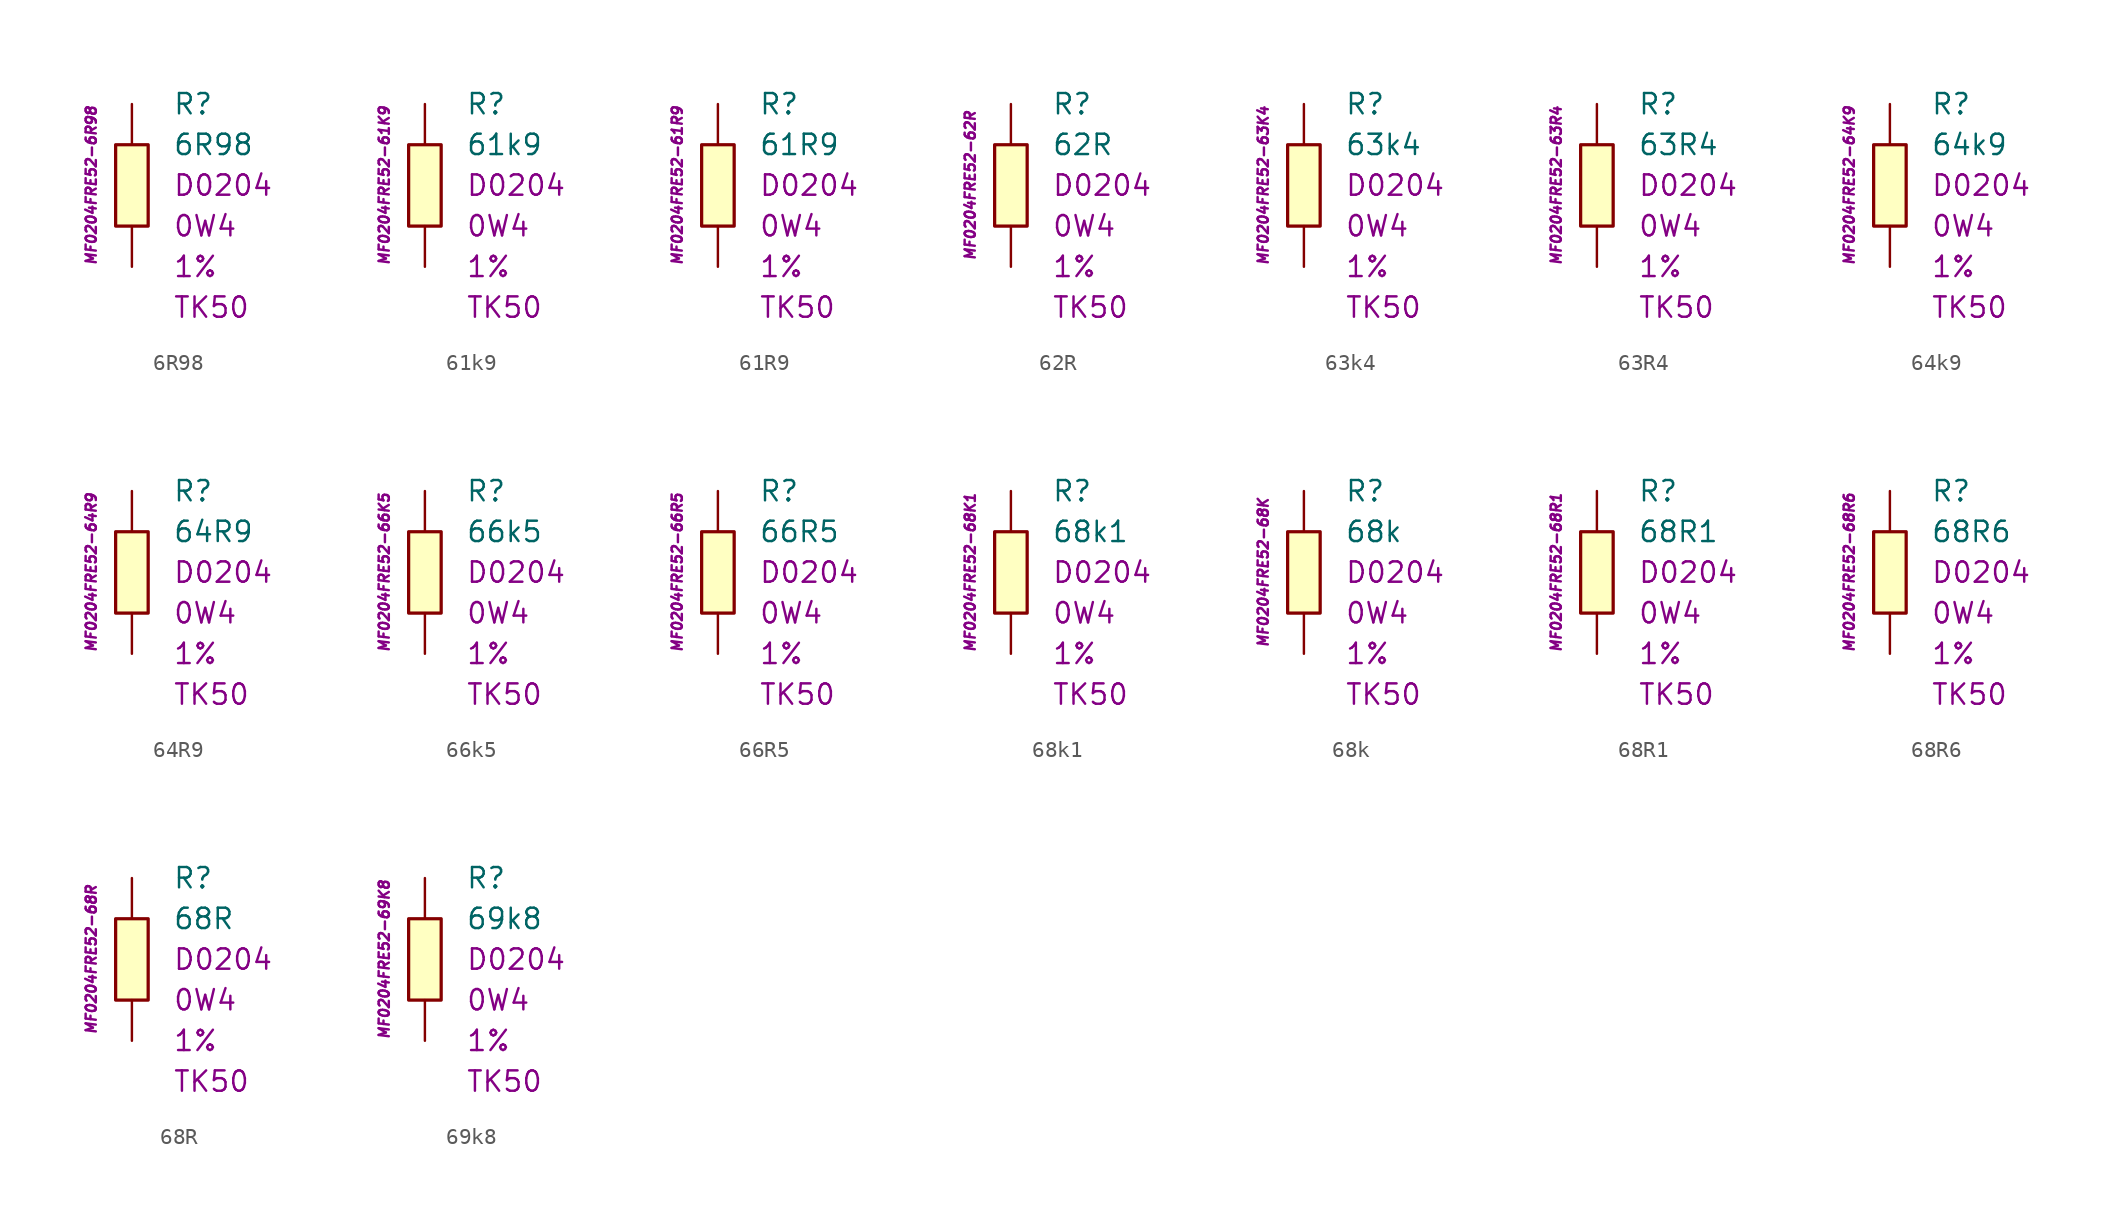
<source format=kicad_sym>
(kicad_symbol_lib
  (version 20201005)
  (generator kicad_symbol_editor)
  (symbol "6R98"
    (pin_numbers hide)
    (pin_names
      (offset 1.016) hide)
    (property "Reference" "R"
      (at 2.54 5.08 0)
      (effects (font (size 1.27 1.27)) (justify left)))
    (property "Value" "6R98"
      (at 2.54 2.54 0)
      (effects (font (size 1.27 1.27)) (justify left)))
    (property "Package" "D0204"
      (at 2.54 0 0)
      (effects (font (size 1.27 1.27)) (justify left)))
    (property "Power" "0W4"
      (at 2.54 -2.54 0)
      (effects (font (size 1.27 1.27)) (justify left)))
    (property "Tolerance" "1%"
      (at 2.54 -5.08 0)
      (effects (font (size 1.27 1.27)) (justify left)))
    (property "TK" "TK50"
      (at 2.54 -7.62 0)
      (effects (font (size 1.27 1.27)) (justify left)))
    (property "ID" "MF0204FRE52-6R98"
      (at -2.54 0 90)
      (effects (font (size 0.635 0.635) italic)))
    (symbol "6R98_0_1"
      (rectangle (start -1.016 2.54) (end 1.016 -2.54) (stroke (width 0.203)) (fill (type background))))
    (symbol "6R98_1_1"
      (pin passive line (at 0 5.08 270) (length 2.54) (name "~" (effects (font (size 1.778 1.778)))) (number "1" (effects (font (size 1.778 1.778)))))
      (pin passive line (at 0 -5.08 90) (length 2.54) (name "~" (effects (font (size 1.778 1.778)))) (number "2" (effects (font (size 1.778 1.778)))))))
  (symbol "61k9"
    (pin_numbers hide)
    (pin_names
      (offset 1.016) hide)
    (property "Reference" "R"
      (at 2.54 5.08 0)
      (effects (font (size 1.27 1.27)) (justify left)))
    (property "Value" "61k9"
      (at 2.54 2.54 0)
      (effects (font (size 1.27 1.27)) (justify left)))
    (property "Package" "D0204"
      (at 2.54 0 0)
      (effects (font (size 1.27 1.27)) (justify left)))
    (property "Power" "0W4"
      (at 2.54 -2.54 0)
      (effects (font (size 1.27 1.27)) (justify left)))
    (property "Tolerance" "1%"
      (at 2.54 -5.08 0)
      (effects (font (size 1.27 1.27)) (justify left)))
    (property "TK" "TK50"
      (at 2.54 -7.62 0)
      (effects (font (size 1.27 1.27)) (justify left)))
    (property "ID" "MF0204FRE52-61K9"
      (at -2.54 0 90)
      (effects (font (size 0.635 0.635) italic)))
    (symbol "61k9_0_1"
      (rectangle (start -1.016 2.54) (end 1.016 -2.54) (stroke (width 0.203)) (fill (type background))))
    (symbol "61k9_1_1"
      (pin passive line (at 0 5.08 270) (length 2.54) (name "~" (effects (font (size 1.778 1.778)))) (number "1" (effects (font (size 1.778 1.778)))))
      (pin passive line (at 0 -5.08 90) (length 2.54) (name "~" (effects (font (size 1.778 1.778)))) (number "2" (effects (font (size 1.778 1.778)))))))
  (symbol "61R9"
    (pin_numbers hide)
    (pin_names
      (offset 1.016) hide)
    (property "Reference" "R"
      (at 2.54 5.08 0)
      (effects (font (size 1.27 1.27)) (justify left)))
    (property "Value" "61R9"
      (at 2.54 2.54 0)
      (effects (font (size 1.27 1.27)) (justify left)))
    (property "Package" "D0204"
      (at 2.54 0 0)
      (effects (font (size 1.27 1.27)) (justify left)))
    (property "Power" "0W4"
      (at 2.54 -2.54 0)
      (effects (font (size 1.27 1.27)) (justify left)))
    (property "Tolerance" "1%"
      (at 2.54 -5.08 0)
      (effects (font (size 1.27 1.27)) (justify left)))
    (property "TK" "TK50"
      (at 2.54 -7.62 0)
      (effects (font (size 1.27 1.27)) (justify left)))
    (property "ID" "MF0204FRE52-61R9"
      (at -2.54 0 90)
      (effects (font (size 0.635 0.635) italic)))
    (symbol "61R9_0_1"
      (rectangle (start -1.016 2.54) (end 1.016 -2.54) (stroke (width 0.203)) (fill (type background))))
    (symbol "61R9_1_1"
      (pin passive line (at 0 5.08 270) (length 2.54) (name "~" (effects (font (size 1.778 1.778)))) (number "1" (effects (font (size 1.778 1.778)))))
      (pin passive line (at 0 -5.08 90) (length 2.54) (name "~" (effects (font (size 1.778 1.778)))) (number "2" (effects (font (size 1.778 1.778)))))))
  (symbol "62R"
    (pin_numbers hide)
    (pin_names
      (offset 1.016) hide)
    (property "Reference" "R"
      (at 2.54 5.08 0)
      (effects (font (size 1.27 1.27)) (justify left)))
    (property "Value" "62R"
      (at 2.54 2.54 0)
      (effects (font (size 1.27 1.27)) (justify left)))
    (property "Package" "D0204"
      (at 2.54 0 0)
      (effects (font (size 1.27 1.27)) (justify left)))
    (property "Power" "0W4"
      (at 2.54 -2.54 0)
      (effects (font (size 1.27 1.27)) (justify left)))
    (property "Tolerance" "1%"
      (at 2.54 -5.08 0)
      (effects (font (size 1.27 1.27)) (justify left)))
    (property "TK" "TK50"
      (at 2.54 -7.62 0)
      (effects (font (size 1.27 1.27)) (justify left)))
    (property "ID" "MF0204FRE52-62R"
      (at -2.54 0 90)
      (effects (font (size 0.635 0.635) italic)))
    (symbol "62R_0_1"
      (rectangle (start -1.016 2.54) (end 1.016 -2.54) (stroke (width 0.203)) (fill (type background))))
    (symbol "62R_1_1"
      (pin passive line (at 0 5.08 270) (length 2.54) (name "~" (effects (font (size 1.778 1.778)))) (number "1" (effects (font (size 1.778 1.778)))))
      (pin passive line (at 0 -5.08 90) (length 2.54) (name "~" (effects (font (size 1.778 1.778)))) (number "2" (effects (font (size 1.778 1.778)))))))
  (symbol "63k4"
    (pin_numbers hide)
    (pin_names
      (offset 1.016) hide)
    (property "Reference" "R"
      (at 2.54 5.08 0)
      (effects (font (size 1.27 1.27)) (justify left)))
    (property "Value" "63k4"
      (at 2.54 2.54 0)
      (effects (font (size 1.27 1.27)) (justify left)))
    (property "Package" "D0204"
      (at 2.54 0 0)
      (effects (font (size 1.27 1.27)) (justify left)))
    (property "Power" "0W4"
      (at 2.54 -2.54 0)
      (effects (font (size 1.27 1.27)) (justify left)))
    (property "Tolerance" "1%"
      (at 2.54 -5.08 0)
      (effects (font (size 1.27 1.27)) (justify left)))
    (property "TK" "TK50"
      (at 2.54 -7.62 0)
      (effects (font (size 1.27 1.27)) (justify left)))
    (property "ID" "MF0204FRE52-63K4"
      (at -2.54 0 90)
      (effects (font (size 0.635 0.635) italic)))
    (symbol "63k4_0_1"
      (rectangle (start -1.016 2.54) (end 1.016 -2.54) (stroke (width 0.203)) (fill (type background))))
    (symbol "63k4_1_1"
      (pin passive line (at 0 5.08 270) (length 2.54) (name "~" (effects (font (size 1.778 1.778)))) (number "1" (effects (font (size 1.778 1.778)))))
      (pin passive line (at 0 -5.08 90) (length 2.54) (name "~" (effects (font (size 1.778 1.778)))) (number "2" (effects (font (size 1.778 1.778)))))))
  (symbol "63R4"
    (pin_numbers hide)
    (pin_names
      (offset 1.016) hide)
    (property "Reference" "R"
      (at 2.54 5.08 0)
      (effects (font (size 1.27 1.27)) (justify left)))
    (property "Value" "63R4"
      (at 2.54 2.54 0)
      (effects (font (size 1.27 1.27)) (justify left)))
    (property "Package" "D0204"
      (at 2.54 0 0)
      (effects (font (size 1.27 1.27)) (justify left)))
    (property "Power" "0W4"
      (at 2.54 -2.54 0)
      (effects (font (size 1.27 1.27)) (justify left)))
    (property "Tolerance" "1%"
      (at 2.54 -5.08 0)
      (effects (font (size 1.27 1.27)) (justify left)))
    (property "TK" "TK50"
      (at 2.54 -7.62 0)
      (effects (font (size 1.27 1.27)) (justify left)))
    (property "ID" "MF0204FRE52-63R4"
      (at -2.54 0 90)
      (effects (font (size 0.635 0.635) italic)))
    (symbol "63R4_0_1"
      (rectangle (start -1.016 2.54) (end 1.016 -2.54) (stroke (width 0.203)) (fill (type background))))
    (symbol "63R4_1_1"
      (pin passive line (at 0 5.08 270) (length 2.54) (name "~" (effects (font (size 1.778 1.778)))) (number "1" (effects (font (size 1.778 1.778)))))
      (pin passive line (at 0 -5.08 90) (length 2.54) (name "~" (effects (font (size 1.778 1.778)))) (number "2" (effects (font (size 1.778 1.778)))))))
  (symbol "64k9"
    (pin_numbers hide)
    (pin_names
      (offset 1.016) hide)
    (property "Reference" "R"
      (at 2.54 5.08 0)
      (effects (font (size 1.27 1.27)) (justify left)))
    (property "Value" "64k9"
      (at 2.54 2.54 0)
      (effects (font (size 1.27 1.27)) (justify left)))
    (property "Package" "D0204"
      (at 2.54 0 0)
      (effects (font (size 1.27 1.27)) (justify left)))
    (property "Power" "0W4"
      (at 2.54 -2.54 0)
      (effects (font (size 1.27 1.27)) (justify left)))
    (property "Tolerance" "1%"
      (at 2.54 -5.08 0)
      (effects (font (size 1.27 1.27)) (justify left)))
    (property "TK" "TK50"
      (at 2.54 -7.62 0)
      (effects (font (size 1.27 1.27)) (justify left)))
    (property "ID" "MF0204FRE52-64K9"
      (at -2.54 0 90)
      (effects (font (size 0.635 0.635) italic)))
    (symbol "64k9_0_1"
      (rectangle (start -1.016 2.54) (end 1.016 -2.54) (stroke (width 0.203)) (fill (type background))))
    (symbol "64k9_1_1"
      (pin passive line (at 0 5.08 270) (length 2.54) (name "~" (effects (font (size 1.778 1.778)))) (number "1" (effects (font (size 1.778 1.778)))))
      (pin passive line (at 0 -5.08 90) (length 2.54) (name "~" (effects (font (size 1.778 1.778)))) (number "2" (effects (font (size 1.778 1.778)))))))
  (symbol "64R9"
    (pin_numbers hide)
    (pin_names
      (offset 1.016) hide)
    (property "Reference" "R"
      (at 2.54 5.08 0)
      (effects (font (size 1.27 1.27)) (justify left)))
    (property "Value" "64R9"
      (at 2.54 2.54 0)
      (effects (font (size 1.27 1.27)) (justify left)))
    (property "Package" "D0204"
      (at 2.54 0 0)
      (effects (font (size 1.27 1.27)) (justify left)))
    (property "Power" "0W4"
      (at 2.54 -2.54 0)
      (effects (font (size 1.27 1.27)) (justify left)))
    (property "Tolerance" "1%"
      (at 2.54 -5.08 0)
      (effects (font (size 1.27 1.27)) (justify left)))
    (property "TK" "TK50"
      (at 2.54 -7.62 0)
      (effects (font (size 1.27 1.27)) (justify left)))
    (property "ID" "MF0204FRE52-64R9"
      (at -2.54 0 90)
      (effects (font (size 0.635 0.635) italic)))
    (symbol "64R9_0_1"
      (rectangle (start -1.016 2.54) (end 1.016 -2.54) (stroke (width 0.203)) (fill (type background))))
    (symbol "64R9_1_1"
      (pin passive line (at 0 5.08 270) (length 2.54) (name "~" (effects (font (size 1.778 1.778)))) (number "1" (effects (font (size 1.778 1.778)))))
      (pin passive line (at 0 -5.08 90) (length 2.54) (name "~" (effects (font (size 1.778 1.778)))) (number "2" (effects (font (size 1.778 1.778)))))))
  (symbol "66k5"
    (pin_numbers hide)
    (pin_names
      (offset 1.016) hide)
    (property "Reference" "R"
      (at 2.54 5.08 0)
      (effects (font (size 1.27 1.27)) (justify left)))
    (property "Value" "66k5"
      (at 2.54 2.54 0)
      (effects (font (size 1.27 1.27)) (justify left)))
    (property "Package" "D0204"
      (at 2.54 0 0)
      (effects (font (size 1.27 1.27)) (justify left)))
    (property "Power" "0W4"
      (at 2.54 -2.54 0)
      (effects (font (size 1.27 1.27)) (justify left)))
    (property "Tolerance" "1%"
      (at 2.54 -5.08 0)
      (effects (font (size 1.27 1.27)) (justify left)))
    (property "TK" "TK50"
      (at 2.54 -7.62 0)
      (effects (font (size 1.27 1.27)) (justify left)))
    (property "ID" "MF0204FRE52-66K5"
      (at -2.54 0 90)
      (effects (font (size 0.635 0.635) italic)))
    (symbol "66k5_0_1"
      (rectangle (start -1.016 2.54) (end 1.016 -2.54) (stroke (width 0.203)) (fill (type background))))
    (symbol "66k5_1_1"
      (pin passive line (at 0 5.08 270) (length 2.54) (name "~" (effects (font (size 1.778 1.778)))) (number "1" (effects (font (size 1.778 1.778)))))
      (pin passive line (at 0 -5.08 90) (length 2.54) (name "~" (effects (font (size 1.778 1.778)))) (number "2" (effects (font (size 1.778 1.778)))))))
  (symbol "66R5"
    (pin_numbers hide)
    (pin_names
      (offset 1.016) hide)
    (property "Reference" "R"
      (at 2.54 5.08 0)
      (effects (font (size 1.27 1.27)) (justify left)))
    (property "Value" "66R5"
      (at 2.54 2.54 0)
      (effects (font (size 1.27 1.27)) (justify left)))
    (property "Package" "D0204"
      (at 2.54 0 0)
      (effects (font (size 1.27 1.27)) (justify left)))
    (property "Power" "0W4"
      (at 2.54 -2.54 0)
      (effects (font (size 1.27 1.27)) (justify left)))
    (property "Tolerance" "1%"
      (at 2.54 -5.08 0)
      (effects (font (size 1.27 1.27)) (justify left)))
    (property "TK" "TK50"
      (at 2.54 -7.62 0)
      (effects (font (size 1.27 1.27)) (justify left)))
    (property "ID" "MF0204FRE52-66R5"
      (at -2.54 0 90)
      (effects (font (size 0.635 0.635) italic)))
    (symbol "66R5_0_1"
      (rectangle (start -1.016 2.54) (end 1.016 -2.54) (stroke (width 0.203)) (fill (type background))))
    (symbol "66R5_1_1"
      (pin passive line (at 0 5.08 270) (length 2.54) (name "~" (effects (font (size 1.778 1.778)))) (number "1" (effects (font (size 1.778 1.778)))))
      (pin passive line (at 0 -5.08 90) (length 2.54) (name "~" (effects (font (size 1.778 1.778)))) (number "2" (effects (font (size 1.778 1.778)))))))
  (symbol "68k1"
    (pin_numbers hide)
    (pin_names
      (offset 1.016) hide)
    (property "Reference" "R"
      (at 2.54 5.08 0)
      (effects (font (size 1.27 1.27)) (justify left)))
    (property "Value" "68k1"
      (at 2.54 2.54 0)
      (effects (font (size 1.27 1.27)) (justify left)))
    (property "Package" "D0204"
      (at 2.54 0 0)
      (effects (font (size 1.27 1.27)) (justify left)))
    (property "Power" "0W4"
      (at 2.54 -2.54 0)
      (effects (font (size 1.27 1.27)) (justify left)))
    (property "Tolerance" "1%"
      (at 2.54 -5.08 0)
      (effects (font (size 1.27 1.27)) (justify left)))
    (property "TK" "TK50"
      (at 2.54 -7.62 0)
      (effects (font (size 1.27 1.27)) (justify left)))
    (property "ID" "MF0204FRE52-68K1"
      (at -2.54 0 90)
      (effects (font (size 0.635 0.635) italic)))
    (symbol "68k1_0_1"
      (rectangle (start -1.016 2.54) (end 1.016 -2.54) (stroke (width 0.203)) (fill (type background))))
    (symbol "68k1_1_1"
      (pin passive line (at 0 5.08 270) (length 2.54) (name "~" (effects (font (size 1.778 1.778)))) (number "1" (effects (font (size 1.778 1.778)))))
      (pin passive line (at 0 -5.08 90) (length 2.54) (name "~" (effects (font (size 1.778 1.778)))) (number "2" (effects (font (size 1.778 1.778)))))))
  (symbol "68k"
    (pin_numbers hide)
    (pin_names
      (offset 1.016) hide)
    (property "Reference" "R"
      (at 2.54 5.08 0)
      (effects (font (size 1.27 1.27)) (justify left)))
    (property "Value" "68k"
      (at 2.54 2.54 0)
      (effects (font (size 1.27 1.27)) (justify left)))
    (property "Package" "D0204"
      (at 2.54 0 0)
      (effects (font (size 1.27 1.27)) (justify left)))
    (property "Power" "0W4"
      (at 2.54 -2.54 0)
      (effects (font (size 1.27 1.27)) (justify left)))
    (property "Tolerance" "1%"
      (at 2.54 -5.08 0)
      (effects (font (size 1.27 1.27)) (justify left)))
    (property "TK" "TK50"
      (at 2.54 -7.62 0)
      (effects (font (size 1.27 1.27)) (justify left)))
    (property "ID" "MF0204FRE52-68K"
      (at -2.54 0 90)
      (effects (font (size 0.635 0.635) italic)))
    (symbol "68k_0_1"
      (rectangle (start -1.016 2.54) (end 1.016 -2.54) (stroke (width 0.203)) (fill (type background))))
    (symbol "68k_1_1"
      (pin passive line (at 0 5.08 270) (length 2.54) (name "~" (effects (font (size 1.778 1.778)))) (number "1" (effects (font (size 1.778 1.778)))))
      (pin passive line (at 0 -5.08 90) (length 2.54) (name "~" (effects (font (size 1.778 1.778)))) (number "2" (effects (font (size 1.778 1.778)))))))
  (symbol "68R1"
    (pin_numbers hide)
    (pin_names
      (offset 1.016) hide)
    (property "Reference" "R"
      (at 2.54 5.08 0)
      (effects (font (size 1.27 1.27)) (justify left)))
    (property "Value" "68R1"
      (at 2.54 2.54 0)
      (effects (font (size 1.27 1.27)) (justify left)))
    (property "Package" "D0204"
      (at 2.54 0 0)
      (effects (font (size 1.27 1.27)) (justify left)))
    (property "Power" "0W4"
      (at 2.54 -2.54 0)
      (effects (font (size 1.27 1.27)) (justify left)))
    (property "Tolerance" "1%"
      (at 2.54 -5.08 0)
      (effects (font (size 1.27 1.27)) (justify left)))
    (property "TK" "TK50"
      (at 2.54 -7.62 0)
      (effects (font (size 1.27 1.27)) (justify left)))
    (property "ID" "MF0204FRE52-68R1"
      (at -2.54 0 90)
      (effects (font (size 0.635 0.635) italic)))
    (symbol "68R1_0_1"
      (rectangle (start -1.016 2.54) (end 1.016 -2.54) (stroke (width 0.203)) (fill (type background))))
    (symbol "68R1_1_1"
      (pin passive line (at 0 5.08 270) (length 2.54) (name "~" (effects (font (size 1.778 1.778)))) (number "1" (effects (font (size 1.778 1.778)))))
      (pin passive line (at 0 -5.08 90) (length 2.54) (name "~" (effects (font (size 1.778 1.778)))) (number "2" (effects (font (size 1.778 1.778)))))))
  (symbol "68R6"
    (pin_numbers hide)
    (pin_names
      (offset 1.016) hide)
    (property "Reference" "R"
      (at 2.54 5.08 0)
      (effects (font (size 1.27 1.27)) (justify left)))
    (property "Value" "68R6"
      (at 2.54 2.54 0)
      (effects (font (size 1.27 1.27)) (justify left)))
    (property "Package" "D0204"
      (at 2.54 0 0)
      (effects (font (size 1.27 1.27)) (justify left)))
    (property "Power" "0W4"
      (at 2.54 -2.54 0)
      (effects (font (size 1.27 1.27)) (justify left)))
    (property "Tolerance" "1%"
      (at 2.54 -5.08 0)
      (effects (font (size 1.27 1.27)) (justify left)))
    (property "TK" "TK50"
      (at 2.54 -7.62 0)
      (effects (font (size 1.27 1.27)) (justify left)))
    (property "ID" "MF0204FRE52-68R6"
      (at -2.54 0 90)
      (effects (font (size 0.635 0.635) italic)))
    (symbol "68R6_0_1"
      (rectangle (start -1.016 2.54) (end 1.016 -2.54) (stroke (width 0.203)) (fill (type background))))
    (symbol "68R6_1_1"
      (pin passive line (at 0 5.08 270) (length 2.54) (name "~" (effects (font (size 1.778 1.778)))) (number "1" (effects (font (size 1.778 1.778)))))
      (pin passive line (at 0 -5.08 90) (length 2.54) (name "~" (effects (font (size 1.778 1.778)))) (number "2" (effects (font (size 1.778 1.778)))))))
  (symbol "68R"
    (pin_numbers hide)
    (pin_names
      (offset 1.016) hide)
    (property "Reference" "R"
      (at 2.54 5.08 0)
      (effects (font (size 1.27 1.27)) (justify left)))
    (property "Value" "68R"
      (at 2.54 2.54 0)
      (effects (font (size 1.27 1.27)) (justify left)))
    (property "Package" "D0204"
      (at 2.54 0 0)
      (effects (font (size 1.27 1.27)) (justify left)))
    (property "Power" "0W4"
      (at 2.54 -2.54 0)
      (effects (font (size 1.27 1.27)) (justify left)))
    (property "Tolerance" "1%"
      (at 2.54 -5.08 0)
      (effects (font (size 1.27 1.27)) (justify left)))
    (property "TK" "TK50"
      (at 2.54 -7.62 0)
      (effects (font (size 1.27 1.27)) (justify left)))
    (property "ID" "MF0204FRE52-68R"
      (at -2.54 0 90)
      (effects (font (size 0.635 0.635) italic)))
    (symbol "68R_0_1"
      (rectangle (start -1.016 2.54) (end 1.016 -2.54) (stroke (width 0.203)) (fill (type background))))
    (symbol "68R_1_1"
      (pin passive line (at 0 5.08 270) (length 2.54) (name "~" (effects (font (size 1.778 1.778)))) (number "1" (effects (font (size 1.778 1.778)))))
      (pin passive line (at 0 -5.08 90) (length 2.54) (name "~" (effects (font (size 1.778 1.778)))) (number "2" (effects (font (size 1.778 1.778)))))))
  (symbol "69k8"
    (pin_numbers hide)
    (pin_names
      (offset 1.016) hide)
    (property "Reference" "R"
      (at 2.54 5.08 0)
      (effects (font (size 1.27 1.27)) (justify left)))
    (property "Value" "69k8"
      (at 2.54 2.54 0)
      (effects (font (size 1.27 1.27)) (justify left)))
    (property "Package" "D0204"
      (at 2.54 0 0)
      (effects (font (size 1.27 1.27)) (justify left)))
    (property "Power" "0W4"
      (at 2.54 -2.54 0)
      (effects (font (size 1.27 1.27)) (justify left)))
    (property "Tolerance" "1%"
      (at 2.54 -5.08 0)
      (effects (font (size 1.27 1.27)) (justify left)))
    (property "TK" "TK50"
      (at 2.54 -7.62 0)
      (effects (font (size 1.27 1.27)) (justify left)))
    (property "ID" "MF0204FRE52-69K8"
      (at -2.54 0 90)
      (effects (font (size 0.635 0.635) italic)))
    (symbol "69k8_0_1"
      (rectangle (start -1.016 2.54) (end 1.016 -2.54) (stroke (width 0.203)) (fill (type background))))
    (symbol "69k8_1_1"
      (pin passive line (at 0 5.08 270) (length 2.54) (name "~" (effects (font (size 1.778 1.778)))) (number "1" (effects (font (size 1.778 1.778)))))
      (pin passive line (at 0 -5.08 90) (length 2.54) (name "~" (effects (font (size 1.778 1.778)))) (number "2" (effects (font (size 1.778 1.778))))))))
</source>
